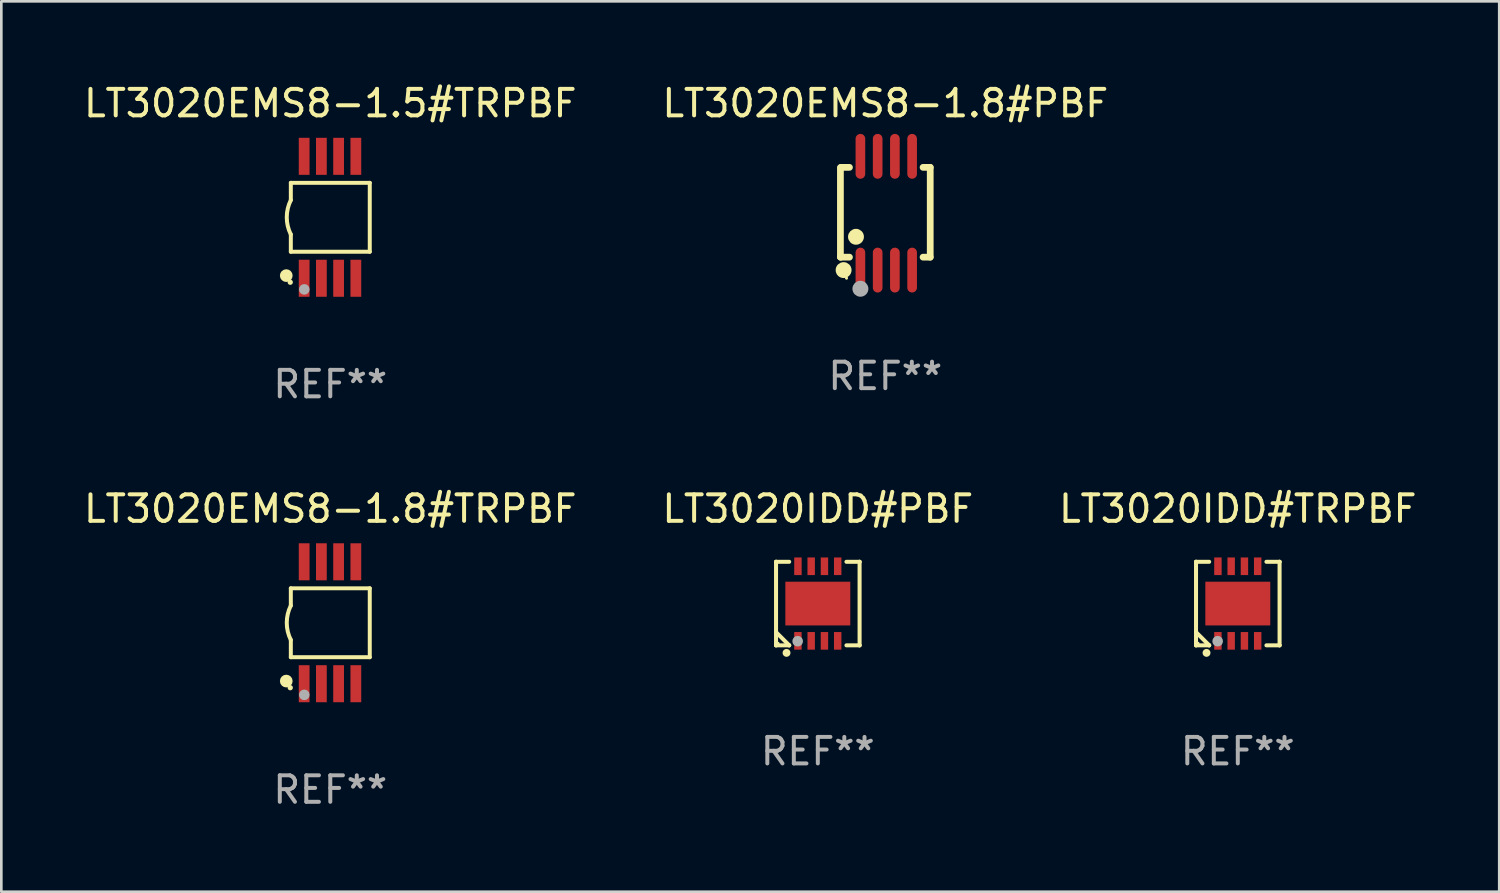
<source format=kicad_pcb>
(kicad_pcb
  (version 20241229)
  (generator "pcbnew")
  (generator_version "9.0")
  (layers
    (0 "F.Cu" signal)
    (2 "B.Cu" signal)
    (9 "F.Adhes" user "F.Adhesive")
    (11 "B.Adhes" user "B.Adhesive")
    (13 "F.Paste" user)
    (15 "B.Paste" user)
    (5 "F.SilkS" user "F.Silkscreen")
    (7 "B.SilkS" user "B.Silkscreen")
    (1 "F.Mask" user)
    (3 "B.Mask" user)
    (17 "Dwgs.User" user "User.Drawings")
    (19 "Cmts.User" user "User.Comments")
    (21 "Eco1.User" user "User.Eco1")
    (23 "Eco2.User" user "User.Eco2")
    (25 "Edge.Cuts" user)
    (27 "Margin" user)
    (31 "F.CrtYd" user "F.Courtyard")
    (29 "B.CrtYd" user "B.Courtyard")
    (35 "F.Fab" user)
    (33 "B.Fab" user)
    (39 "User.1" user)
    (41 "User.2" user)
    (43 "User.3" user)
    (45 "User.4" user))
  (footprint "LT3020EMS8-1.5#TRPBF"
    (layer "F.Cu")
    (at 9.411 5.148)
    (property "Reference" "LT3020EMS8-1.5#TRPBF" (at 0 -4.3 0) (layer "F.SilkS") (effects (font (size 1 1) (thickness 0.15))))
    (attr through_hole)
    (fp_line (start -1.489 -1.3) (end -1.489 -0.648) (stroke (width 0.15) (type solid)) (layer "F.SilkS"))
    (fp_line (start -1.489 0.648) (end -1.489 1.3) (stroke (width 0.15) (type solid)) (layer "F.SilkS"))
    (fp_line (start -1.489 1.3) (end 1.489 1.3) (stroke (width 0.15) (type solid)) (layer "F.SilkS"))
    (fp_line (start 1.489 -1.3) (end -1.489 -1.3) (stroke (width 0.15) (type solid)) (layer "F.SilkS"))
    (fp_line (start 1.489 1.3) (end 1.489 -1.3) (stroke (width 0.15) (type solid)) (layer "F.SilkS"))
    (fp_arc (start -1.489205 0.647702) (mid -1.642107 0) (end -1.489205 -0.647701) (stroke (width 0.150013) (type solid)) (layer "F.SilkS"))
    (fp_circle (center -1.661 2.2) (end -1.541 2.2) (stroke (width 0.24) (type solid)) (fill no) (layer "F.SilkS"))
    (fp_circle (center -1.511 2.45) (end -1.461 2.45) (stroke (width 0.1) (type solid)) (fill no) (layer "F.SilkS"))
    (fp_circle (center -0.981 2.72) (end -0.881 2.72) (stroke (width 0.2) (type solid)) (fill no) (layer "F.Fab"))
    (fp_text user "REF**" (at 0 6.3 0) (layer "F.Fab") (effects (font (size 1 1) (thickness 0.15))))
    (pad "1" smd rect (at -0.986 2.3) (size 0.406 1.397) (layers "F.Cu" "F.Mask" "F.Paste"))
    (pad "2" smd rect (at -0.336 2.3) (size 0.406 1.397) (layers "F.Cu" "F.Mask" "F.Paste"))
    (pad "3" smd rect (at 0.314 2.3) (size 0.406 1.397) (layers "F.Cu" "F.Mask" "F.Paste"))
    (pad "4" smd rect (at 0.964 2.3) (size 0.406 1.397) (layers "F.Cu" "F.Mask" "F.Paste"))
    (pad "5" smd rect (at 0.964 -2.3) (size 0.406 1.397) (layers "F.Cu" "F.Mask" "F.Paste"))
    (pad "6" smd rect (at 0.314 -2.3) (size 0.406 1.397) (layers "F.Cu" "F.Mask" "F.Paste"))
    (pad "7" smd rect (at -0.336 -2.3) (size 0.406 1.397) (layers "F.Cu" "F.Mask" "F.Paste"))
    (pad "8" smd rect (at -0.986 -2.3) (size 0.406 1.397) (layers "F.Cu" "F.Mask" "F.Paste")))
  (footprint "LT3020IDD#PBF"
    (layer "F.Cu")
    (at 27.804 19.721)
    (property "Reference" "LT3020IDD#PBF" (at 0 -3.576 0) (layer "F.SilkS") (effects (font (size 1 1) (thickness 0.15))))
    (attr through_hole)
    (fp_line (start -1.576 -1.576) (end -1.576 -1.576) (stroke (width 0.152) (type solid)) (layer "F.SilkS"))
    (fp_line (start -1.576 -1.576) (end -1.08 -1.576) (stroke (width 0.152) (type solid)) (layer "F.SilkS"))
    (fp_line (start -1.576 1.576) (end -1.576 -1.576) (stroke (width 0.152) (type solid)) (layer "F.SilkS"))
    (fp_line (start -1.576 1.576) (end -1.576 1.576) (stroke (width 0.152) (type solid)) (layer "F.SilkS"))
    (fp_line (start -1.08 1.575) (end -1.576 1.079) (stroke (width 0.152) (type solid)) (layer "F.SilkS"))
    (fp_line (start -1.08 1.576) (end -1.576 1.576) (stroke (width 0.152) (type solid)) (layer "F.SilkS"))
    (fp_line (start -1.08 1.576) (end -1.08 1.575) (stroke (width 0.152) (type solid)) (layer "F.SilkS"))
    (fp_line (start 1.08 1.576) (end 1.576 1.576) (stroke (width 0.152) (type solid)) (layer "F.SilkS"))
    (fp_line (start 1.576 -1.576) (end 1.08 -1.576) (stroke (width 0.152) (type solid)) (layer "F.SilkS"))
    (fp_line (start 1.576 -1.576) (end 1.576 -1.576) (stroke (width 0.152) (type solid)) (layer "F.SilkS"))
    (fp_line (start 1.576 1.576) (end 1.576 -1.576) (stroke (width 0.152) (type solid)) (layer "F.SilkS"))
    (fp_line (start 1.576 1.576) (end 1.576 1.576) (stroke (width 0.152) (type solid)) (layer "F.SilkS"))
    (fp_circle (center -1.5 1.5) (end -1.47 1.5) (stroke (width 0.06) (type solid)) (fill no) (layer "F.SilkS"))
    (fp_circle (center -1.18 1.86) (end -1.105 1.86) (stroke (width 0.15) (type solid)) (fill no) (layer "F.SilkS"))
    (fp_circle (center -0.76 1.42) (end -0.66 1.42) (stroke (width 0.2) (type solid)) (fill no) (layer "F.Fab"))
    (fp_text user "REF**" (at 0 5.576 0) (layer "F.Fab") (effects (font (size 1 1) (thickness 0.15))))
    (pad "1" smd rect (at -0.75 1.407) (size 0.28 0.665) (layers "F.Cu" "F.Mask" "F.Paste"))
    (pad "2" smd rect (at -0.25 1.407) (size 0.28 0.665) (layers "F.Cu" "F.Mask" "F.Paste"))
    (pad "3" smd rect (at 0.25 1.407) (size 0.28 0.665) (layers "F.Cu" "F.Mask" "F.Paste"))
    (pad "4" smd rect (at 0.75 1.407) (size 0.28 0.665) (layers "F.Cu" "F.Mask" "F.Paste"))
    (pad "5" smd rect (at 0.75 -1.407) (size 0.28 0.665) (layers "F.Cu" "F.Mask" "F.Paste"))
    (pad "6" smd rect (at 0.25 -1.407) (size 0.28 0.665) (layers "F.Cu" "F.Mask" "F.Paste"))
    (pad "7" smd rect (at -0.25 -1.407) (size 0.28 0.665) (layers "F.Cu" "F.Mask" "F.Paste"))
    (pad "8" smd rect (at -0.75 -1.407) (size 0.28 0.665) (layers "F.Cu" "F.Mask" "F.Paste"))
    (pad "9" smd rect (at 0 0) (size 2.45 1.65) (layers "F.Cu" "F.Mask" "F.Paste")))
  (footprint "LT3020IDD#TRPBF"
    (layer "F.Cu")
    (at 43.649 19.721)
    (property "Reference" "LT3020IDD#TRPBF" (at 0 -3.576 0) (layer "F.SilkS") (effects (font (size 1 1) (thickness 0.15))))
    (attr through_hole)
    (fp_line (start -1.576 -1.576) (end -1.576 -1.576) (stroke (width 0.152) (type solid)) (layer "F.SilkS"))
    (fp_line (start -1.576 -1.576) (end -1.08 -1.576) (stroke (width 0.152) (type solid)) (layer "F.SilkS"))
    (fp_line (start -1.576 1.576) (end -1.576 -1.576) (stroke (width 0.152) (type solid)) (layer "F.SilkS"))
    (fp_line (start -1.576 1.576) (end -1.576 1.576) (stroke (width 0.152) (type solid)) (layer "F.SilkS"))
    (fp_line (start -1.08 1.575) (end -1.576 1.079) (stroke (width 0.152) (type solid)) (layer "F.SilkS"))
    (fp_line (start -1.08 1.576) (end -1.576 1.576) (stroke (width 0.152) (type solid)) (layer "F.SilkS"))
    (fp_line (start -1.08 1.576) (end -1.08 1.575) (stroke (width 0.152) (type solid)) (layer "F.SilkS"))
    (fp_line (start 1.08 1.576) (end 1.576 1.576) (stroke (width 0.152) (type solid)) (layer "F.SilkS"))
    (fp_line (start 1.576 -1.576) (end 1.08 -1.576) (stroke (width 0.152) (type solid)) (layer "F.SilkS"))
    (fp_line (start 1.576 -1.576) (end 1.576 -1.576) (stroke (width 0.152) (type solid)) (layer "F.SilkS"))
    (fp_line (start 1.576 1.576) (end 1.576 -1.576) (stroke (width 0.152) (type solid)) (layer "F.SilkS"))
    (fp_line (start 1.576 1.576) (end 1.576 1.576) (stroke (width 0.152) (type solid)) (layer "F.SilkS"))
    (fp_circle (center -1.5 1.5) (end -1.47 1.5) (stroke (width 0.06) (type solid)) (fill no) (layer "F.SilkS"))
    (fp_circle (center -1.18 1.86) (end -1.105 1.86) (stroke (width 0.15) (type solid)) (fill no) (layer "F.SilkS"))
    (fp_circle (center -0.76 1.42) (end -0.66 1.42) (stroke (width 0.2) (type solid)) (fill no) (layer "F.Fab"))
    (fp_text user "REF**" (at 0 5.576 0) (layer "F.Fab") (effects (font (size 1 1) (thickness 0.15))))
    (pad "1" smd rect (at -0.75 1.407) (size 0.28 0.665) (layers "F.Cu" "F.Mask" "F.Paste"))
    (pad "2" smd rect (at -0.25 1.407) (size 0.28 0.665) (layers "F.Cu" "F.Mask" "F.Paste"))
    (pad "3" smd rect (at 0.25 1.407) (size 0.28 0.665) (layers "F.Cu" "F.Mask" "F.Paste"))
    (pad "4" smd rect (at 0.75 1.407) (size 0.28 0.665) (layers "F.Cu" "F.Mask" "F.Paste"))
    (pad "5" smd rect (at 0.75 -1.407) (size 0.28 0.665) (layers "F.Cu" "F.Mask" "F.Paste"))
    (pad "6" smd rect (at 0.25 -1.407) (size 0.28 0.665) (layers "F.Cu" "F.Mask" "F.Paste"))
    (pad "7" smd rect (at -0.25 -1.407) (size 0.28 0.665) (layers "F.Cu" "F.Mask" "F.Paste"))
    (pad "8" smd rect (at -0.75 -1.407) (size 0.28 0.665) (layers "F.Cu" "F.Mask" "F.Paste"))
    (pad "9" smd rect (at 0 0) (size 2.45 1.65) (layers "F.Cu" "F.Mask" "F.Paste")))
  (footprint "LT3020EMS8-1.8#TRPBF"
    (layer "F.Cu")
    (at 9.411 20.445)
    (property "Reference" "LT3020EMS8-1.8#TRPBF" (at 0 -4.3 0) (layer "F.SilkS") (effects (font (size 1 1) (thickness 0.15))))
    (attr through_hole)
    (fp_line (start -1.489 -1.3) (end -1.489 -0.648) (stroke (width 0.15) (type solid)) (layer "F.SilkS"))
    (fp_line (start -1.489 0.648) (end -1.489 1.3) (stroke (width 0.15) (type solid)) (layer "F.SilkS"))
    (fp_line (start -1.489 1.3) (end 1.489 1.3) (stroke (width 0.15) (type solid)) (layer "F.SilkS"))
    (fp_line (start 1.489 -1.3) (end -1.489 -1.3) (stroke (width 0.15) (type solid)) (layer "F.SilkS"))
    (fp_line (start 1.489 1.3) (end 1.489 -1.3) (stroke (width 0.15) (type solid)) (layer "F.SilkS"))
    (fp_arc (start -1.489205 0.647702) (mid -1.642107 0) (end -1.489205 -0.647701) (stroke (width 0.150013) (type solid)) (layer "F.SilkS"))
    (fp_circle (center -1.661 2.2) (end -1.541 2.2) (stroke (width 0.24) (type solid)) (fill no) (layer "F.SilkS"))
    (fp_circle (center -1.511 2.45) (end -1.461 2.45) (stroke (width 0.1) (type solid)) (fill no) (layer "F.SilkS"))
    (fp_circle (center -0.981 2.72) (end -0.881 2.72) (stroke (width 0.2) (type solid)) (fill no) (layer "F.Fab"))
    (fp_text user "REF**" (at 0 6.3 0) (layer "F.Fab") (effects (font (size 1 1) (thickness 0.15))))
    (pad "1" smd rect (at -0.986 2.3) (size 0.406 1.397) (layers "F.Cu" "F.Mask" "F.Paste"))
    (pad "2" smd rect (at -0.336 2.3) (size 0.406 1.397) (layers "F.Cu" "F.Mask" "F.Paste"))
    (pad "3" smd rect (at 0.314 2.3) (size 0.406 1.397) (layers "F.Cu" "F.Mask" "F.Paste"))
    (pad "4" smd rect (at 0.964 2.3) (size 0.406 1.397) (layers "F.Cu" "F.Mask" "F.Paste"))
    (pad "5" smd rect (at 0.964 -2.3) (size 0.406 1.397) (layers "F.Cu" "F.Mask" "F.Paste"))
    (pad "6" smd rect (at 0.314 -2.3) (size 0.406 1.397) (layers "F.Cu" "F.Mask" "F.Paste"))
    (pad "7" smd rect (at -0.336 -2.3) (size 0.406 1.397) (layers "F.Cu" "F.Mask" "F.Paste"))
    (pad "8" smd rect (at -0.986 -2.3) (size 0.406 1.397) (layers "F.Cu" "F.Mask" "F.Paste")))
  (footprint "LT3020EMS8-1.8#PBF"
    (layer "F.Cu")
    (at 30.351 4.994)
    (property "Reference" "LT3020EMS8-1.8#PBF" (at 0 -4.146 0) (layer "F.SilkS") (effects (font (size 1 1) (thickness 0.15))))
    (attr through_hole)
    (fp_line (start -1.694 -1.724) (end -1.694 1.652) (stroke (width 0.254) (type solid)) (layer "F.SilkS"))
    (fp_line (start -1.694 1.652) (end -1.688 1.658) (stroke (width 0.254) (type solid)) (layer "F.SilkS"))
    (fp_line (start -1.688 1.658) (end -1.353 1.658) (stroke (width 0.254) (type solid)) (layer "F.SilkS"))
    (fp_line (start -1.661 -1.73) (end -1.681 -1.71) (stroke (width 0.254) (type solid)) (layer "F.SilkS"))
    (fp_line (start -1.353 -1.73) (end -1.661 -1.73) (stroke (width 0.254) (type solid)) (layer "F.SilkS"))
    (fp_line (start 1.424 1.658) (end 1.694 1.658) (stroke (width 0.254) (type solid)) (layer "F.SilkS"))
    (fp_line (start 1.694 -1.73) (end 1.424 -1.73) (stroke (width 0.254) (type solid)) (layer "F.SilkS"))
    (fp_line (start 1.694 1.658) (end 1.694 -1.73) (stroke (width 0.254) (type solid)) (layer "F.SilkS"))
    (fp_circle (center -1.574 2.146) (end -1.424 2.146) (stroke (width 0.3) (type solid)) (fill no) (layer "F.SilkS"))
    (fp_circle (center -1.464 2.45) (end -1.434 2.45) (stroke (width 0.06) (type solid)) (fill no) (layer "F.SilkS"))
    (fp_circle (center -1.107 0.889) (end -0.957 0.889) (stroke (width 0.3) (type solid)) (fill no) (layer "F.SilkS"))
    (fp_circle (center -0.94 2.85) (end -0.789 2.85) (stroke (width 0.3) (type solid)) (fill no) (layer "F.Fab"))
    (fp_text user "REF**" (at 0 6.146 0) (layer "F.Fab") (effects (font (size 1 1) (thickness 0.15))))
    (pad "1" smd oval (at -0.94 2.146) (size 0.364 1.692) (layers "F.Cu" "F.Mask" "F.Paste"))
    (pad "2" smd oval (at -0.289 2.146) (size 0.364 1.692) (layers "F.Cu" "F.Mask" "F.Paste"))
    (pad "3" smd oval (at 0.361 2.146) (size 0.364 1.692) (layers "F.Cu" "F.Mask" "F.Paste"))
    (pad "4" smd oval (at 1.011 2.146) (size 0.364 1.692) (layers "F.Cu" "F.Mask" "F.Paste"))
    (pad "5" smd oval (at 1.011 -2.146) (size 0.364 1.692) (layers "F.Cu" "F.Mask" "F.Paste"))
    (pad "6" smd oval (at 0.361 -2.146) (size 0.364 1.692) (layers "F.Cu" "F.Mask" "F.Paste"))
    (pad "7" smd oval (at -0.289 -2.146) (size 0.364 1.692) (layers "F.Cu" "F.Mask" "F.Paste"))
    (pad "8" smd oval (at -0.94 -2.146) (size 0.364 1.692) (layers "F.Cu" "F.Mask" "F.Paste")))
  (gr_rect
    (start -3 -3)
    (end 53.512 30.593)
    (stroke (width 0.1) (type default))
    (fill no)
    (layer "Edge.Cuts")))
</source>
